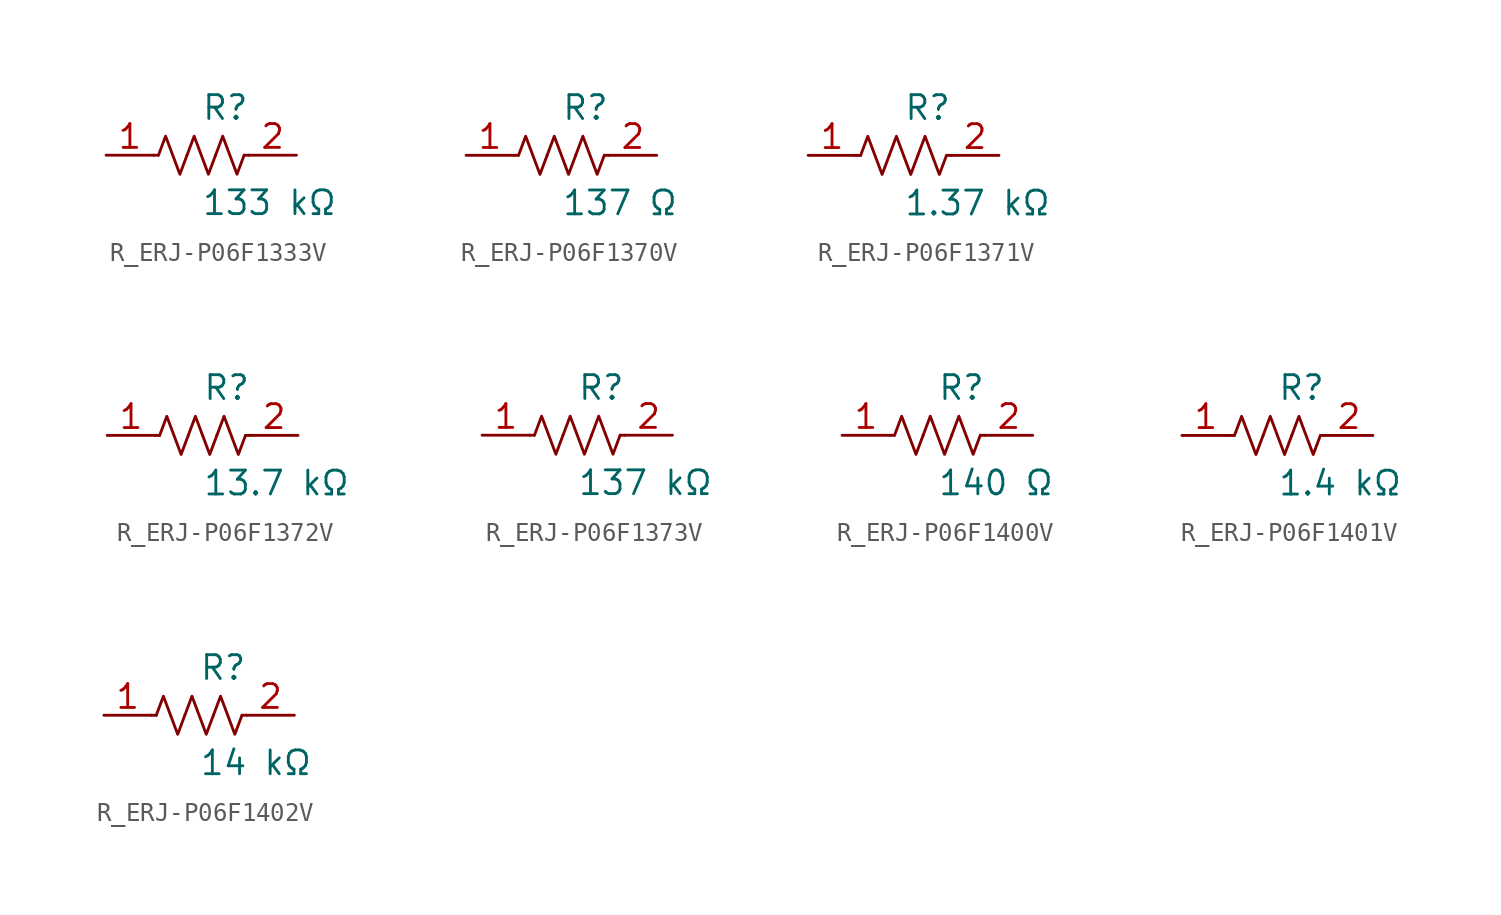
<source format=kicad_sym>
(kicad_symbol_lib
  (version 20231120)
  (generator kicad_symbol_editor)
  (generator_version 8.0)
  (symbol "R_ERJ-P06F1333V"
    (pin_names
      (offset 0.254))
    (property "Reference" "R"
      (at 0.0 2.54 0)
      (effects (font (size 1.27 1.27)) (justify left)))
    (property "Value" "133 kΩ"
      (at 0.0 -2.54 0)
      (effects (font (size 1.27 1.27)) (justify left)))
    (symbol "R_ERJ-P06F1333V_0_1"
      (polyline (pts (xy 2.286 0) (xy 2.54 0)) (stroke (width 0) (type default)) (fill (type none)))
      (polyline (pts (xy -2.286 0) (xy -2.54 0)) (stroke (width 0) (type default)) (fill (type none)))
      (polyline (pts (xy 0.762 0) (xy 1.143 1.016) (xy 1.524 0) (xy 1.905 -1.016) (xy 2.286 0)) (stroke (width 0) (type default)) (fill (type none)))
      (polyline (pts (xy -0.762 0) (xy -0.381 1.016) (xy 0 0) (xy 0.381 -1.016) (xy 0.762 0)) (stroke (width 0) (type default)) (fill (type none)))
      (polyline (pts (xy -2.286 0) (xy -1.905 1.016) (xy -1.524 0) (xy -1.143 -1.016) (xy -0.762 0)) (stroke (width 0) (type default)) (fill (type none))))
    (pin unspecified line
      (at -5.08 0 0)
      (length 2.54)
      (name "" (effects (font (size 1.27 1.27))))
      (number "1" (effects (font (size 1.27 1.27)))))
    (pin unspecified line
      (at 5.08 0 180)
      (length 2.54)
      (name "" (effects (font (size 1.27 1.27))))
      (number "2" (effects (font (size 1.27 1.27))))))
  (symbol "R_ERJ-P06F1370V"
    (pin_names
      (offset 0.254))
    (property "Reference" "R"
      (at 0.0 2.54 0)
      (effects (font (size 1.27 1.27)) (justify left)))
    (property "Value" "137 Ω"
      (at 0.0 -2.54 0)
      (effects (font (size 1.27 1.27)) (justify left)))
    (symbol "R_ERJ-P06F1370V_0_1"
      (polyline (pts (xy 2.286 0) (xy 2.54 0)) (stroke (width 0) (type default)) (fill (type none)))
      (polyline (pts (xy -2.286 0) (xy -2.54 0)) (stroke (width 0) (type default)) (fill (type none)))
      (polyline (pts (xy 0.762 0) (xy 1.143 1.016) (xy 1.524 0) (xy 1.905 -1.016) (xy 2.286 0)) (stroke (width 0) (type default)) (fill (type none)))
      (polyline (pts (xy -0.762 0) (xy -0.381 1.016) (xy 0 0) (xy 0.381 -1.016) (xy 0.762 0)) (stroke (width 0) (type default)) (fill (type none)))
      (polyline (pts (xy -2.286 0) (xy -1.905 1.016) (xy -1.524 0) (xy -1.143 -1.016) (xy -0.762 0)) (stroke (width 0) (type default)) (fill (type none))))
    (pin unspecified line
      (at -5.08 0 0)
      (length 2.54)
      (name "" (effects (font (size 1.27 1.27))))
      (number "1" (effects (font (size 1.27 1.27)))))
    (pin unspecified line
      (at 5.08 0 180)
      (length 2.54)
      (name "" (effects (font (size 1.27 1.27))))
      (number "2" (effects (font (size 1.27 1.27))))))
  (symbol "R_ERJ-P06F1371V"
    (pin_names
      (offset 0.254))
    (property "Reference" "R"
      (at 0.0 2.54 0)
      (effects (font (size 1.27 1.27)) (justify left)))
    (property "Value" "1.37 kΩ"
      (at 0.0 -2.54 0)
      (effects (font (size 1.27 1.27)) (justify left)))
    (symbol "R_ERJ-P06F1371V_0_1"
      (polyline (pts (xy 2.286 0) (xy 2.54 0)) (stroke (width 0) (type default)) (fill (type none)))
      (polyline (pts (xy -2.286 0) (xy -2.54 0)) (stroke (width 0) (type default)) (fill (type none)))
      (polyline (pts (xy 0.762 0) (xy 1.143 1.016) (xy 1.524 0) (xy 1.905 -1.016) (xy 2.286 0)) (stroke (width 0) (type default)) (fill (type none)))
      (polyline (pts (xy -0.762 0) (xy -0.381 1.016) (xy 0 0) (xy 0.381 -1.016) (xy 0.762 0)) (stroke (width 0) (type default)) (fill (type none)))
      (polyline (pts (xy -2.286 0) (xy -1.905 1.016) (xy -1.524 0) (xy -1.143 -1.016) (xy -0.762 0)) (stroke (width 0) (type default)) (fill (type none))))
    (pin unspecified line
      (at -5.08 0 0)
      (length 2.54)
      (name "" (effects (font (size 1.27 1.27))))
      (number "1" (effects (font (size 1.27 1.27)))))
    (pin unspecified line
      (at 5.08 0 180)
      (length 2.54)
      (name "" (effects (font (size 1.27 1.27))))
      (number "2" (effects (font (size 1.27 1.27))))))
  (symbol "R_ERJ-P06F1372V"
    (pin_names
      (offset 0.254))
    (property "Reference" "R"
      (at 0.0 2.54 0)
      (effects (font (size 1.27 1.27)) (justify left)))
    (property "Value" "13.7 kΩ"
      (at 0.0 -2.54 0)
      (effects (font (size 1.27 1.27)) (justify left)))
    (symbol "R_ERJ-P06F1372V_0_1"
      (polyline (pts (xy 2.286 0) (xy 2.54 0)) (stroke (width 0) (type default)) (fill (type none)))
      (polyline (pts (xy -2.286 0) (xy -2.54 0)) (stroke (width 0) (type default)) (fill (type none)))
      (polyline (pts (xy 0.762 0) (xy 1.143 1.016) (xy 1.524 0) (xy 1.905 -1.016) (xy 2.286 0)) (stroke (width 0) (type default)) (fill (type none)))
      (polyline (pts (xy -0.762 0) (xy -0.381 1.016) (xy 0 0) (xy 0.381 -1.016) (xy 0.762 0)) (stroke (width 0) (type default)) (fill (type none)))
      (polyline (pts (xy -2.286 0) (xy -1.905 1.016) (xy -1.524 0) (xy -1.143 -1.016) (xy -0.762 0)) (stroke (width 0) (type default)) (fill (type none))))
    (pin unspecified line
      (at -5.08 0 0)
      (length 2.54)
      (name "" (effects (font (size 1.27 1.27))))
      (number "1" (effects (font (size 1.27 1.27)))))
    (pin unspecified line
      (at 5.08 0 180)
      (length 2.54)
      (name "" (effects (font (size 1.27 1.27))))
      (number "2" (effects (font (size 1.27 1.27))))))
  (symbol "R_ERJ-P06F1373V"
    (pin_names
      (offset 0.254))
    (property "Reference" "R"
      (at 0.0 2.54 0)
      (effects (font (size 1.27 1.27)) (justify left)))
    (property "Value" "137 kΩ"
      (at 0.0 -2.54 0)
      (effects (font (size 1.27 1.27)) (justify left)))
    (symbol "R_ERJ-P06F1373V_0_1"
      (polyline (pts (xy 2.286 0) (xy 2.54 0)) (stroke (width 0) (type default)) (fill (type none)))
      (polyline (pts (xy -2.286 0) (xy -2.54 0)) (stroke (width 0) (type default)) (fill (type none)))
      (polyline (pts (xy 0.762 0) (xy 1.143 1.016) (xy 1.524 0) (xy 1.905 -1.016) (xy 2.286 0)) (stroke (width 0) (type default)) (fill (type none)))
      (polyline (pts (xy -0.762 0) (xy -0.381 1.016) (xy 0 0) (xy 0.381 -1.016) (xy 0.762 0)) (stroke (width 0) (type default)) (fill (type none)))
      (polyline (pts (xy -2.286 0) (xy -1.905 1.016) (xy -1.524 0) (xy -1.143 -1.016) (xy -0.762 0)) (stroke (width 0) (type default)) (fill (type none))))
    (pin unspecified line
      (at -5.08 0 0)
      (length 2.54)
      (name "" (effects (font (size 1.27 1.27))))
      (number "1" (effects (font (size 1.27 1.27)))))
    (pin unspecified line
      (at 5.08 0 180)
      (length 2.54)
      (name "" (effects (font (size 1.27 1.27))))
      (number "2" (effects (font (size 1.27 1.27))))))
  (symbol "R_ERJ-P06F1400V"
    (pin_names
      (offset 0.254))
    (property "Reference" "R"
      (at 0.0 2.54 0)
      (effects (font (size 1.27 1.27)) (justify left)))
    (property "Value" "140 Ω"
      (at 0.0 -2.54 0)
      (effects (font (size 1.27 1.27)) (justify left)))
    (symbol "R_ERJ-P06F1400V_0_1"
      (polyline (pts (xy 2.286 0) (xy 2.54 0)) (stroke (width 0) (type default)) (fill (type none)))
      (polyline (pts (xy -2.286 0) (xy -2.54 0)) (stroke (width 0) (type default)) (fill (type none)))
      (polyline (pts (xy 0.762 0) (xy 1.143 1.016) (xy 1.524 0) (xy 1.905 -1.016) (xy 2.286 0)) (stroke (width 0) (type default)) (fill (type none)))
      (polyline (pts (xy -0.762 0) (xy -0.381 1.016) (xy 0 0) (xy 0.381 -1.016) (xy 0.762 0)) (stroke (width 0) (type default)) (fill (type none)))
      (polyline (pts (xy -2.286 0) (xy -1.905 1.016) (xy -1.524 0) (xy -1.143 -1.016) (xy -0.762 0)) (stroke (width 0) (type default)) (fill (type none))))
    (pin unspecified line
      (at -5.08 0 0)
      (length 2.54)
      (name "" (effects (font (size 1.27 1.27))))
      (number "1" (effects (font (size 1.27 1.27)))))
    (pin unspecified line
      (at 5.08 0 180)
      (length 2.54)
      (name "" (effects (font (size 1.27 1.27))))
      (number "2" (effects (font (size 1.27 1.27))))))
  (symbol "R_ERJ-P06F1401V"
    (pin_names
      (offset 0.254))
    (property "Reference" "R"
      (at 0.0 2.54 0)
      (effects (font (size 1.27 1.27)) (justify left)))
    (property "Value" "1.4 kΩ"
      (at 0.0 -2.54 0)
      (effects (font (size 1.27 1.27)) (justify left)))
    (symbol "R_ERJ-P06F1401V_0_1"
      (polyline (pts (xy 2.286 0) (xy 2.54 0)) (stroke (width 0) (type default)) (fill (type none)))
      (polyline (pts (xy -2.286 0) (xy -2.54 0)) (stroke (width 0) (type default)) (fill (type none)))
      (polyline (pts (xy 0.762 0) (xy 1.143 1.016) (xy 1.524 0) (xy 1.905 -1.016) (xy 2.286 0)) (stroke (width 0) (type default)) (fill (type none)))
      (polyline (pts (xy -0.762 0) (xy -0.381 1.016) (xy 0 0) (xy 0.381 -1.016) (xy 0.762 0)) (stroke (width 0) (type default)) (fill (type none)))
      (polyline (pts (xy -2.286 0) (xy -1.905 1.016) (xy -1.524 0) (xy -1.143 -1.016) (xy -0.762 0)) (stroke (width 0) (type default)) (fill (type none))))
    (pin unspecified line
      (at -5.08 0 0)
      (length 2.54)
      (name "" (effects (font (size 1.27 1.27))))
      (number "1" (effects (font (size 1.27 1.27)))))
    (pin unspecified line
      (at 5.08 0 180)
      (length 2.54)
      (name "" (effects (font (size 1.27 1.27))))
      (number "2" (effects (font (size 1.27 1.27))))))
  (symbol "R_ERJ-P06F1402V"
    (pin_names
      (offset 0.254))
    (property "Reference" "R"
      (at 0.0 2.54 0)
      (effects (font (size 1.27 1.27)) (justify left)))
    (property "Value" "14 kΩ"
      (at 0.0 -2.54 0)
      (effects (font (size 1.27 1.27)) (justify left)))
    (symbol "R_ERJ-P06F1402V_0_1"
      (polyline (pts (xy 2.286 0) (xy 2.54 0)) (stroke (width 0) (type default)) (fill (type none)))
      (polyline (pts (xy -2.286 0) (xy -2.54 0)) (stroke (width 0) (type default)) (fill (type none)))
      (polyline (pts (xy 0.762 0) (xy 1.143 1.016) (xy 1.524 0) (xy 1.905 -1.016) (xy 2.286 0)) (stroke (width 0) (type default)) (fill (type none)))
      (polyline (pts (xy -0.762 0) (xy -0.381 1.016) (xy 0 0) (xy 0.381 -1.016) (xy 0.762 0)) (stroke (width 0) (type default)) (fill (type none)))
      (polyline (pts (xy -2.286 0) (xy -1.905 1.016) (xy -1.524 0) (xy -1.143 -1.016) (xy -0.762 0)) (stroke (width 0) (type default)) (fill (type none))))
    (pin unspecified line
      (at -5.08 0 0)
      (length 2.54)
      (name "" (effects (font (size 1.27 1.27))))
      (number "1" (effects (font (size 1.27 1.27)))))
    (pin unspecified line
      (at 5.08 0 180)
      (length 2.54)
      (name "" (effects (font (size 1.27 1.27))))
      (number "2" (effects (font (size 1.27 1.27)))))))
</source>
